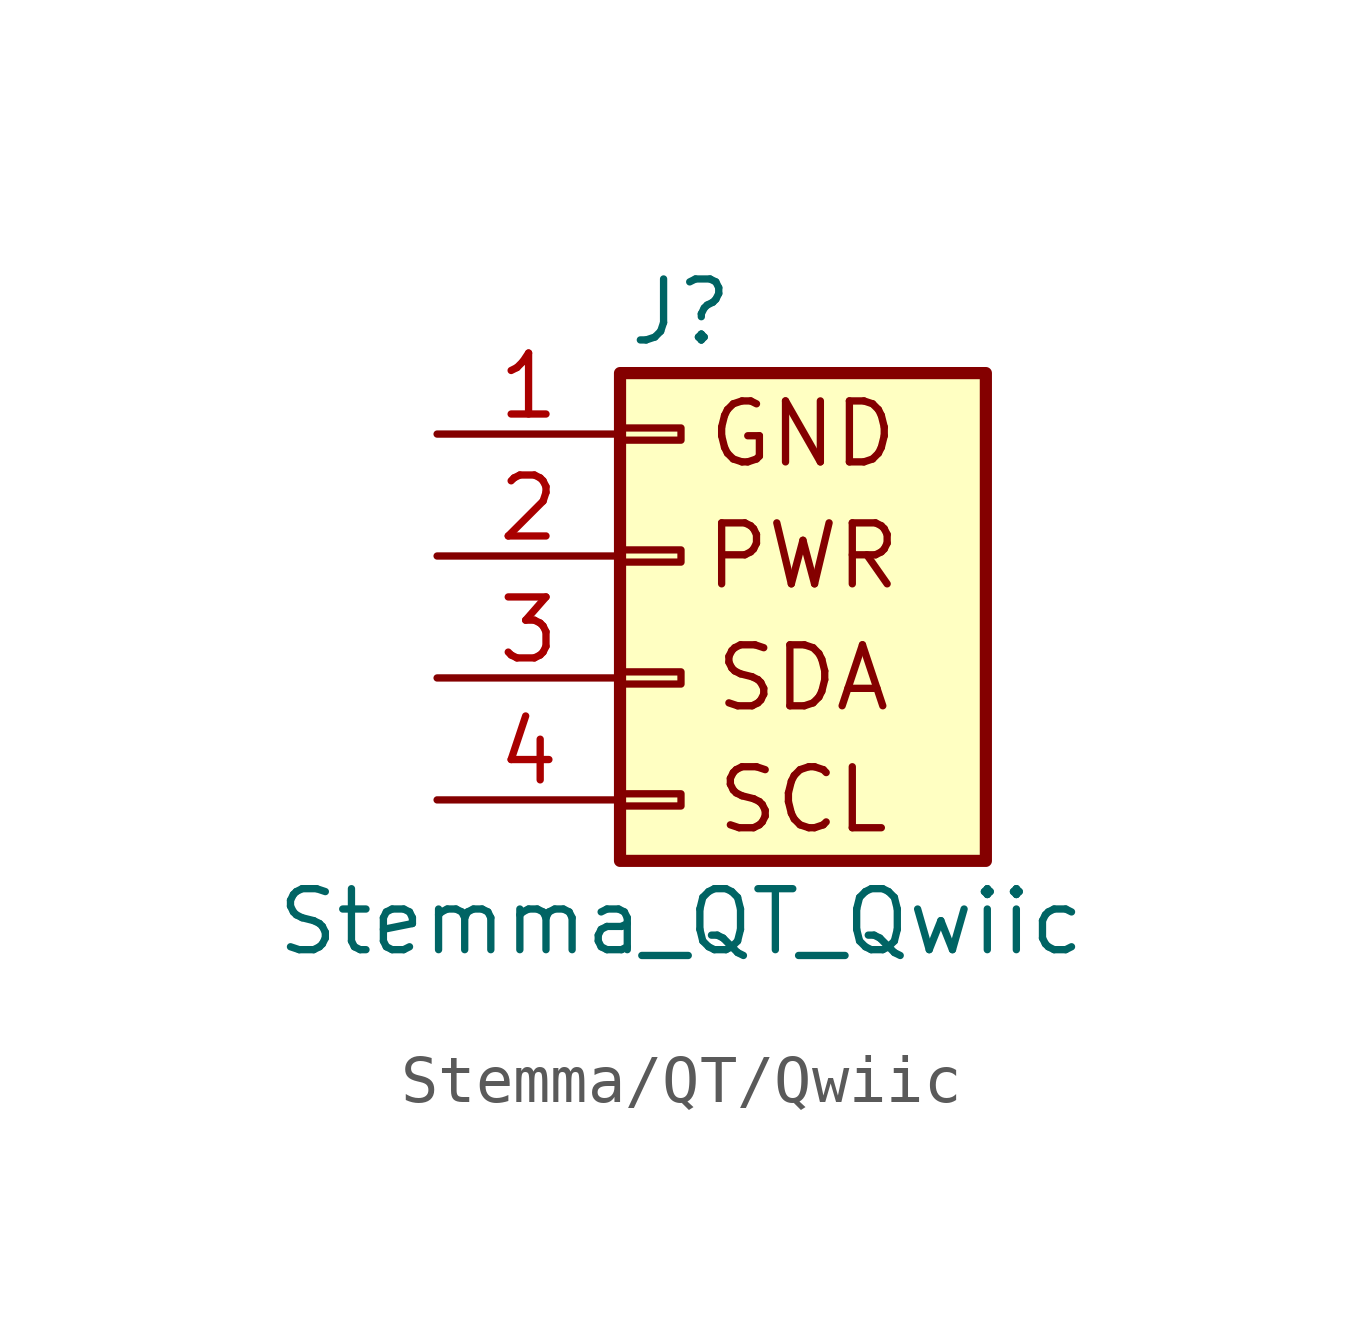
<source format=kicad_sym>
(kicad_symbol_lib
  (version 20220914)
  (generator kicad_symbol_editor)
  (symbol "Stemma/QT/Qwiic"
    (pin_names
      (offset 1.016) hide)
    (property "Reference" "J"
      (at 0 5.08 0)
      (effects (font (size 1.27 1.27))))
    (property "Value" "Stemma_QT_Qwiic"
      (at 0 -7.62 0)
      (effects (font (size 1.27 1.27))))
    (symbol "Stemma/QT/Qwiic_1_1"
      (rectangle (start -1.27 -4.953) (end 0 -5.207) (stroke (width 0.152) (type default)) (fill (type none)))
      (rectangle (start -1.27 -2.413) (end 0 -2.667) (stroke (width 0.152) (type default)) (fill (type none)))
      (rectangle (start -1.27 0.127) (end 0 -0.127) (stroke (width 0.152) (type default)) (fill (type none)))
      (rectangle (start -1.27 2.667) (end 0 2.413) (stroke (width 0.152) (type default)) (fill (type none)))
      (rectangle (start -1.27 3.81) (end 6.35 -6.35) (stroke (width 0.254) (type default)) (fill (type background)))
      (text "GND" (at 2.54 2.54 0) (effects (font (size 1.27 1.27))))
      (text "PWR" (at 2.54 0 0) (effects (font (size 1.27 1.27))))
      (text "SCL" (at 2.54 -5.08 0) (effects (font (size 1.27 1.27))))
      (text "SDA" (at 2.54 -2.54 0) (effects (font (size 1.27 1.27))))
      (pin passive line (at -5.08 2.54 0) (length 3.81) (name "GND" (effects (font (size 1.27 1.27)))) (number "1" (effects (font (size 1.27 1.27)))))
      (pin passive line (at -5.08 0 0) (length 3.81) (name "V+" (effects (font (size 1.27 1.27)))) (number "2" (effects (font (size 1.27 1.27)))))
      (pin bidirectional line (at -5.08 -2.54 0) (length 3.81) (name "SDA" (effects (font (size 1.27 1.27)))) (number "3" (effects (font (size 1.27 1.27)))))
      (pin bidirectional line (at -5.08 -5.08 0) (length 3.81) (name "SCL" (effects (font (size 1.27 1.27)))) (number "4" (effects (font (size 1.27 1.27))))))))
</source>
